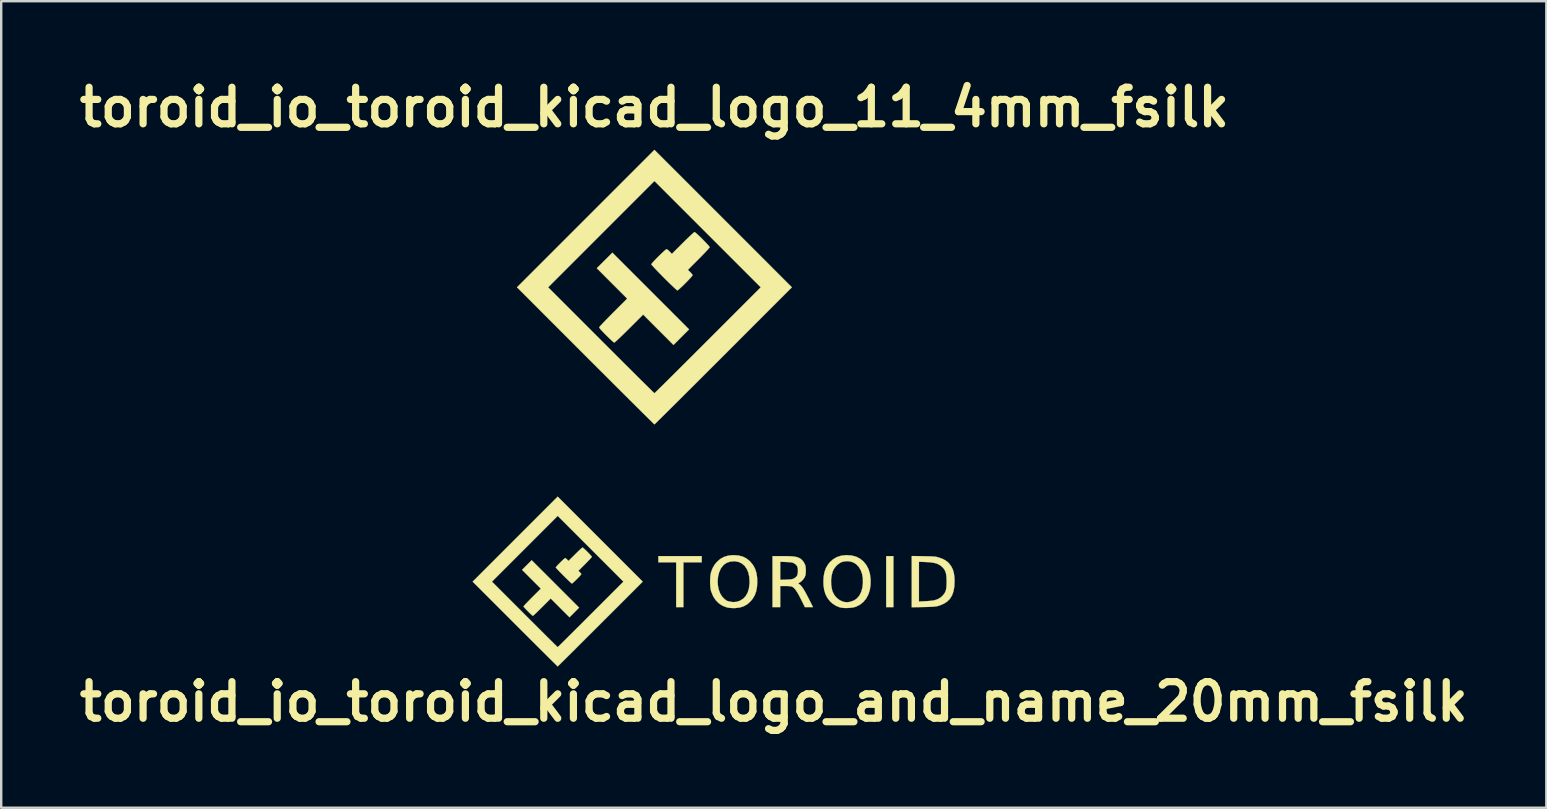
<source format=kicad_pcb>
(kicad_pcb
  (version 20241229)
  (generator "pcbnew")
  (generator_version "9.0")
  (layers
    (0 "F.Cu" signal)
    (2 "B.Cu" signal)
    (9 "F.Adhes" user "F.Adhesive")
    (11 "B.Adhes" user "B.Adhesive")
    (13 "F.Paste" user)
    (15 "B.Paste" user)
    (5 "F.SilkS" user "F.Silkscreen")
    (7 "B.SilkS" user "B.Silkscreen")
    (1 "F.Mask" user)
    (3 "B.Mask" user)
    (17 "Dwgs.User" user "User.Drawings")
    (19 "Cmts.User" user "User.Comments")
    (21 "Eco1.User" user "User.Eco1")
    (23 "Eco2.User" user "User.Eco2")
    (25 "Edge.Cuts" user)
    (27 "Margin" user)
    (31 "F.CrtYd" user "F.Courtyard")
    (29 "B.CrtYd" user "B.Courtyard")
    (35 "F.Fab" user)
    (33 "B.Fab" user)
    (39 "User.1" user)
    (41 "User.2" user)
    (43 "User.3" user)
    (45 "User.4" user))
  (footprint "toroid_io_toroid_kicad_logo_and_name_20mm_fsilk"
    (layer "F.Cu")
    (at 26.681 21.178)
    (property "Reference" "toroid_io_toroid_kicad_logo_and_name_20mm_fsilk" (at 2.5 5 0) (layer "F.SilkS") (effects (font (size 1.524 1.524) (thickness 0.3))))
    (attr through_hole)
    (fp_poly (pts (xy 7.484 1.063) (xy 7.183 1.063) (xy 7.183 -1.063) (xy 7.484 -1.063) (xy 7.484 1.063)) (stroke (width 0.01) (type solid)) (fill yes) (layer "F.SilkS"))
    (fp_poly (pts (xy -0.502 -0.803) (xy -1.264 -0.803) (xy -1.264 1.063) (xy -1.565 1.063) (xy -1.565 -0.803) (xy -2.307 -0.803) (xy -2.307 -1.063) (xy -0.502 -1.063) (xy -0.502 -0.803)) (stroke (width 0.01) (type solid)) (fill yes) (layer "F.SilkS"))
    (fp_poly (pts (xy -6.596 0.095) (xy -5.608 1.083) (xy -6.009 1.485) (xy -6.791 0.702) (xy -7.153 1.063) (xy -7.252 1.161) (xy -7.342 1.249) (xy -7.419 1.324) (xy -7.48 1.38) (xy -7.52 1.415) (xy -7.534 1.424) (xy -7.556 1.411) (xy -7.598 1.374) (xy -7.655 1.322) (xy -7.719 1.259) (xy -7.784 1.193) (xy -7.843 1.131) (xy -7.891 1.079) (xy -7.919 1.044) (xy -7.925 1.033) (xy -7.911 1.014) (xy -7.873 0.97) (xy -7.814 0.907) (xy -7.737 0.827) (xy -7.647 0.736) (xy -7.564 0.652) (xy -7.203 0.291) (xy -7.594 -0.1) (xy -7.985 -0.492) (xy -7.584 -0.892) (xy -6.596 0.095)) (stroke (width 0.01) (type solid)) (fill yes) (layer "F.SilkS"))
    (fp_poly (pts (xy -5.445 -1.411) (xy -5.403 -1.374) (xy -5.346 -1.322) (xy -5.282 -1.259) (xy -5.217 -1.194) (xy -5.158 -1.132) (xy -5.11 -1.079) (xy -5.082 -1.044) (xy -5.076 -1.033) (xy -5.09 -1.014) (xy -5.127 -0.97) (xy -5.185 -0.908) (xy -5.259 -0.832) (xy -5.343 -0.746) (xy -5.357 -0.732) (xy -5.639 -0.45) (xy -5.578 -0.392) (xy -5.54 -0.351) (xy -5.519 -0.318) (xy -5.517 -0.312) (xy -5.531 -0.29) (xy -5.567 -0.247) (xy -5.62 -0.19) (xy -5.683 -0.126) (xy -5.748 -0.061) (xy -5.811 -0.001) (xy -5.863 0.046) (xy -5.898 0.075) (xy -5.909 0.08) (xy -5.929 0.067) (xy -5.972 0.028) (xy -6.035 -0.03) (xy -6.113 -0.106) (xy -6.202 -0.194) (xy -6.255 -0.246) (xy -6.348 -0.34) (xy -6.431 -0.425) (xy -6.499 -0.497) (xy -6.549 -0.552) (xy -6.577 -0.585) (xy -6.581 -0.592) (xy -6.567 -0.614) (xy -6.53 -0.657) (xy -6.478 -0.713) (xy -6.415 -0.777) (xy -6.349 -0.842) (xy -6.287 -0.902) (xy -6.234 -0.949) (xy -6.199 -0.978) (xy -6.188 -0.983) (xy -6.162 -0.97) (xy -6.123 -0.936) (xy -6.109 -0.922) (xy -6.051 -0.862) (xy -5.769 -1.143) (xy -5.681 -1.229) (xy -5.603 -1.305) (xy -5.538 -1.365) (xy -5.492 -1.406) (xy -5.468 -1.424) (xy -5.467 -1.424) (xy -5.445 -1.411)) (stroke (width 0.01) (type solid)) (fill yes) (layer "F.SilkS"))
    (fp_poly (pts (xy -4.73 -1.771) (xy -2.959 -0.000028) (xy -4.725 1.766) (xy -4.946 1.987) (xy -5.16 2.2) (xy -5.364 2.404) (xy -5.557 2.596) (xy -5.736 2.775) (xy -5.901 2.94) (xy -6.05 3.087) (xy -6.18 3.217) (xy -6.291 3.326) (xy -6.38 3.414) (xy -6.446 3.479) (xy -6.486 3.518) (xy -6.5 3.531) (xy -6.516 3.517) (xy -6.557 3.477) (xy -6.624 3.411) (xy -6.714 3.322) (xy -6.826 3.212) (xy -6.957 3.081) (xy -7.106 2.933) (xy -7.272 2.768) (xy -7.452 2.588) (xy -7.645 2.396) (xy -7.85 2.191) (xy -8.064 1.978) (xy -8.276 1.766) (xy -10.042 -0.000028) (xy -10.042 -0.000037) (xy -9.239 -0.000037) (xy -7.875 1.364) (xy -7.681 1.558) (xy -7.494 1.744) (xy -7.318 1.92) (xy -7.154 2.084) (xy -7.004 2.233) (xy -6.869 2.367) (xy -6.752 2.482) (xy -6.656 2.578) (xy -6.58 2.652) (xy -6.529 2.702) (xy -6.503 2.726) (xy -6.5 2.729) (xy -6.485 2.715) (xy -6.443 2.674) (xy -6.377 2.61) (xy -6.289 2.522) (xy -6.179 2.414) (xy -6.052 2.287) (xy -5.907 2.144) (xy -5.748 1.985) (xy -5.576 1.814) (xy -5.394 1.632) (xy -5.203 1.441) (xy -5.126 1.364) (xy -3.762 -0.000037) (xy -6.5 -2.739) (xy -9.239 -0.000037) (xy -10.042 -0.000037) (xy -8.271 -1.771) (xy -6.5 -3.541) (xy -4.73 -1.771)) (stroke (width 0.01) (type solid)) (fill yes) (layer "F.SilkS"))
    (fp_poly (pts (xy 8.743 -1.059) (xy 8.899 -1.056) (xy 9.021 -1.053) (xy 9.116 -1.049) (xy 9.189 -1.044) (xy 9.247 -1.037) (xy 9.297 -1.027) (xy 9.344 -1.015) (xy 9.394 -0.999) (xy 9.542 -0.943) (xy 9.659 -0.88) (xy 9.755 -0.806) (xy 9.807 -0.752) (xy 9.895 -0.634) (xy 9.96 -0.504) (xy 10.002 -0.355) (xy 10.026 -0.181) (xy 10.031 -0.011) (xy 10.02 0.215) (xy 9.985 0.41) (xy 9.925 0.575) (xy 9.839 0.714) (xy 9.724 0.829) (xy 9.58 0.921) (xy 9.404 0.994) (xy 9.339 1.014) (xy 9.288 1.026) (xy 9.225 1.035) (xy 9.143 1.043) (xy 9.037 1.049) (xy 8.903 1.054) (xy 8.733 1.058) (xy 8.733 1.058) (xy 8.246 1.067) (xy 8.246 0.829) (xy 8.547 0.829) (xy 8.823 0.815) (xy 8.935 0.808) (xy 9.041 0.798) (xy 9.131 0.787) (xy 9.194 0.776) (xy 9.2 0.775) (xy 9.347 0.722) (xy 9.466 0.648) (xy 9.547 0.571) (xy 9.603 0.499) (xy 9.645 0.426) (xy 9.673 0.344) (xy 9.69 0.244) (xy 9.698 0.119) (xy 9.7 -0.01) (xy 9.695 -0.174) (xy 9.681 -0.306) (xy 9.653 -0.412) (xy 9.61 -0.501) (xy 9.549 -0.579) (xy 9.467 -0.653) (xy 9.445 -0.669) (xy 9.362 -0.721) (xy 9.261 -0.761) (xy 9.138 -0.789) (xy 8.986 -0.808) (xy 8.833 -0.817) (xy 8.547 -0.828) (xy 8.547 0.829) (xy 8.246 0.829) (xy 8.246 -1.067) (xy 8.743 -1.059)) (stroke (width 0.01) (type solid)) (fill yes) (layer "F.SilkS"))
    (fp_poly (pts (xy 3.055 -1.062) (xy 3.2 -1.057) (xy 3.317 -1.048) (xy 3.412 -1.034) (xy 3.489 -1.015) (xy 3.554 -0.988) (xy 3.607 -0.959) (xy 3.686 -0.893) (xy 3.755 -0.803) (xy 3.805 -0.703) (xy 3.814 -0.675) (xy 3.83 -0.583) (xy 3.836 -0.471) (xy 3.832 -0.358) (xy 3.818 -0.263) (xy 3.815 -0.25) (xy 3.778 -0.167) (xy 3.716 -0.081) (xy 3.642 -0.007) (xy 3.58 0.036) (xy 3.512 0.071) (xy 3.568 0.108) (xy 3.617 0.149) (xy 3.67 0.211) (xy 3.729 0.296) (xy 3.797 0.409) (xy 3.875 0.553) (xy 3.954 0.705) (xy 4.134 1.063) (xy 3.797 1.063) (xy 3.636 0.737) (xy 3.552 0.574) (xy 3.478 0.445) (xy 3.413 0.347) (xy 3.353 0.276) (xy 3.297 0.229) (xy 3.257 0.208) (xy 3.197 0.193) (xy 3.103 0.184) (xy 2.982 0.181) (xy 2.98 0.181) (xy 2.769 0.181) (xy 2.769 1.063) (xy 2.448 1.063) (xy 2.448 -0.076) (xy 2.769 -0.076) (xy 3.014 -0.083) (xy 3.127 -0.088) (xy 3.209 -0.094) (xy 3.268 -0.105) (xy 3.315 -0.12) (xy 3.339 -0.132) (xy 3.417 -0.182) (xy 3.467 -0.241) (xy 3.495 -0.318) (xy 3.507 -0.425) (xy 3.507 -0.427) (xy 3.503 -0.546) (xy 3.478 -0.636) (xy 3.428 -0.705) (xy 3.351 -0.761) (xy 3.308 -0.782) (xy 3.263 -0.797) (xy 3.205 -0.806) (xy 3.127 -0.813) (xy 3.018 -0.818) (xy 3.016 -0.818) (xy 2.769 -0.828) (xy 2.769 -0.076) (xy 2.448 -0.076) (xy 2.448 -1.063) (xy 2.875 -1.063) (xy 3.055 -1.062)) (stroke (width 0.01) (type solid)) (fill yes) (layer "F.SilkS"))
    (fp_poly (pts (xy 5.752 -1.087) (xy 5.935 -1.038) (xy 6.096 -0.955) (xy 6.238 -0.838) (xy 6.241 -0.835) (xy 6.359 -0.689) (xy 6.446 -0.522) (xy 6.504 -0.33) (xy 6.533 -0.111) (xy 6.534 -0.1) (xy 6.533 0.132) (xy 6.501 0.345) (xy 6.439 0.537) (xy 6.349 0.705) (xy 6.231 0.848) (xy 6.087 0.962) (xy 5.921 1.046) (xy 5.824 1.072) (xy 5.701 1.09) (xy 5.566 1.098) (xy 5.433 1.097) (xy 5.315 1.085) (xy 5.258 1.073) (xy 5.088 1.005) (xy 4.933 0.902) (xy 4.838 0.812) (xy 4.731 0.674) (xy 4.653 0.522) (xy 4.601 0.351) (xy 4.573 0.155) (xy 4.568 0) (xy 4.571 -0.061) (xy 4.887 -0.061) (xy 4.892 0.135) (xy 4.923 0.322) (xy 4.956 0.427) (xy 5.025 0.56) (xy 5.123 0.677) (xy 5.241 0.769) (xy 5.373 0.83) (xy 5.412 0.841) (xy 5.494 0.856) (xy 5.567 0.858) (xy 5.65 0.846) (xy 5.703 0.835) (xy 5.847 0.782) (xy 5.968 0.696) (xy 6.067 0.579) (xy 6.141 0.432) (xy 6.191 0.257) (xy 6.213 0.07) (xy 6.211 -0.131) (xy 6.18 -0.315) (xy 6.123 -0.478) (xy 6.04 -0.615) (xy 5.934 -0.725) (xy 5.825 -0.795) (xy 5.693 -0.839) (xy 5.548 -0.853) (xy 5.404 -0.837) (xy 5.301 -0.804) (xy 5.196 -0.739) (xy 5.095 -0.647) (xy 5.011 -0.537) (xy 4.956 -0.428) (xy 4.909 -0.253) (xy 4.887 -0.061) (xy 4.571 -0.061) (xy 4.579 -0.218) (xy 4.615 -0.408) (xy 4.676 -0.574) (xy 4.764 -0.721) (xy 4.835 -0.808) (xy 4.973 -0.933) (xy 5.129 -1.023) (xy 5.303 -1.079) (xy 5.499 -1.103) (xy 5.547 -1.103) (xy 5.752 -1.087)) (stroke (width 0.01) (type solid)) (fill yes) (layer "F.SilkS"))
    (fp_poly (pts (xy 1.032 -1.089) (xy 1.208 -1.043) (xy 1.363 -0.965) (xy 1.501 -0.854) (xy 1.534 -0.819) (xy 1.644 -0.681) (xy 1.724 -0.53) (xy 1.778 -0.361) (xy 1.807 -0.168) (xy 1.813 0) (xy 1.802 0.215) (xy 1.768 0.402) (xy 1.708 0.567) (xy 1.621 0.714) (xy 1.534 0.819) (xy 1.402 0.939) (xy 1.254 1.024) (xy 1.087 1.078) (xy 0.897 1.101) (xy 0.823 1.102) (xy 0.727 1.098) (xy 0.631 1.088) (xy 0.553 1.074) (xy 0.544 1.072) (xy 0.367 1.004) (xy 0.213 0.904) (xy 0.082 0.772) (xy -0.024 0.61) (xy -0.104 0.419) (xy -0.113 0.391) (xy -0.133 0.295) (xy -0.146 0.171) (xy -0.152 0.033) (xy -0.151 -0.017) (xy 0.162 -0.017) (xy 0.173 0.159) (xy 0.206 0.328) (xy 0.263 0.482) (xy 0.342 0.615) (xy 0.442 0.721) (xy 0.448 0.725) (xy 0.501 0.766) (xy 0.541 0.794) (xy 0.559 0.803) (xy 0.584 0.809) (xy 0.634 0.823) (xy 0.672 0.833) (xy 0.808 0.853) (xy 0.951 0.841) (xy 1.088 0.797) (xy 1.093 0.794) (xy 1.227 0.711) (xy 1.333 0.598) (xy 1.413 0.456) (xy 1.465 0.285) (xy 1.49 0.085) (xy 1.492 0) (xy 1.479 -0.203) (xy 1.439 -0.381) (xy 1.374 -0.534) (xy 1.285 -0.659) (xy 1.174 -0.754) (xy 1.043 -0.818) (xy 0.893 -0.847) (xy 0.833 -0.849) (xy 0.67 -0.831) (xy 0.53 -0.78) (xy 0.411 -0.695) (xy 0.314 -0.576) (xy 0.284 -0.524) (xy 0.217 -0.365) (xy 0.177 -0.194) (xy 0.162 -0.017) (xy -0.151 -0.017) (xy -0.15 -0.108) (xy -0.14 -0.24) (xy -0.123 -0.35) (xy -0.113 -0.39) (xy -0.05 -0.558) (xy 0.031 -0.699) (xy 0.133 -0.823) (xy 0.269 -0.943) (xy 0.421 -1.028) (xy 0.59 -1.081) (xy 0.783 -1.103) (xy 0.833 -1.103) (xy 1.032 -1.089)) (stroke (width 0.01) (type solid)) (fill yes) (layer "F.SilkS")))
  (footprint "toroid_io_toroid_kicad_logo_11_4mm_fsilk"
    (layer "F.Cu")
    (at 24.21 8.918)
    (property "Reference" "toroid_io_toroid_kicad_logo_11_4mm_fsilk" (at 0 -7.5 0) (layer "F.SilkS") (effects (font (size 1.524 1.524) (thickness 0.3))))
    (attr through_hole)
    (fp_poly (pts (xy 1.443 1.752) (xy 1.119 2.076) (xy 0.794 2.401) (xy -0.47 1.135) (xy -1.054 1.719) (xy -1.214 1.878) (xy -1.36 2.02) (xy -1.486 2.14) (xy -1.584 2.231) (xy -1.648 2.287) (xy -1.672 2.303) (xy -1.707 2.281) (xy -1.775 2.222) (xy -1.866 2.137) (xy -1.97 2.036) (xy -2.075 1.93) (xy -2.171 1.829) (xy -2.248 1.745) (xy -2.294 1.687) (xy -2.303 1.67) (xy -2.281 1.639) (xy -2.219 1.569) (xy -2.123 1.467) (xy -1.999 1.338) (xy -1.854 1.19) (xy -1.719 1.054) (xy -1.135 0.471) (xy -1.768 -0.162) (xy -2.401 -0.796) (xy -2.076 -1.119) (xy -1.751 -1.443) (xy 1.443 1.752)) (stroke (width 0.01) (type solid)) (fill yes) (layer "F.SilkS"))
    (fp_poly (pts (xy 1.706 -2.281) (xy 1.775 -2.222) (xy 1.866 -2.137) (xy 1.97 -2.036) (xy 2.075 -1.93) (xy 2.171 -1.83) (xy 2.248 -1.745) (xy 2.294 -1.688) (xy 2.303 -1.67) (xy 2.281 -1.639) (xy 2.22 -1.569) (xy 2.127 -1.469) (xy 2.008 -1.345) (xy 1.871 -1.206) (xy 1.848 -1.183) (xy 1.393 -0.727) (xy 1.491 -0.633) (xy 1.553 -0.567) (xy 1.587 -0.515) (xy 1.59 -0.504) (xy 1.567 -0.469) (xy 1.509 -0.4) (xy 1.423 -0.308) (xy 1.322 -0.204) (xy 1.216 -0.098) (xy 1.115 -0.002) (xy 1.031 0.075) (xy 0.974 0.121) (xy 0.956 0.13) (xy 0.925 0.108) (xy 0.855 0.046) (xy 0.753 -0.049) (xy 0.627 -0.171) (xy 0.482 -0.313) (xy 0.397 -0.398) (xy 0.247 -0.55) (xy 0.113 -0.687) (xy 0.003 -0.804) (xy -0.078 -0.892) (xy -0.123 -0.946) (xy -0.13 -0.958) (xy -0.108 -0.993) (xy -0.049 -1.062) (xy 0.037 -1.153) (xy 0.138 -1.257) (xy 0.245 -1.362) (xy 0.346 -1.458) (xy 0.43 -1.534) (xy 0.488 -1.581) (xy 0.505 -1.59) (xy 0.547 -1.568) (xy 0.611 -1.514) (xy 0.633 -1.491) (xy 0.727 -1.393) (xy 1.183 -1.848) (xy 1.324 -1.988) (xy 1.451 -2.11) (xy 1.556 -2.207) (xy 1.631 -2.274) (xy 1.669 -2.303) (xy 1.672 -2.303) (xy 1.706 -2.281)) (stroke (width 0.01) (type solid)) (fill yes) (layer "F.SilkS"))
    (fp_poly (pts (xy 2.863 -2.863) (xy 5.725 -0.000047) (xy 2.871 2.855) (xy 2.513 3.213) (xy 2.167 3.558) (xy 1.838 3.887) (xy 1.526 4.198) (xy 1.235 4.487) (xy 0.969 4.753) (xy 0.728 4.992) (xy 0.517 5.201) (xy 0.339 5.378) (xy 0.195 5.52) (xy 0.088 5.625) (xy 0.023 5.689) (xy 0 5.709) (xy -0.025 5.687) (xy -0.092 5.621) (xy -0.2 5.515) (xy -0.346 5.371) (xy -0.526 5.193) (xy -0.738 4.982) (xy -0.979 4.742) (xy -1.247 4.475) (xy -1.539 4.185) (xy -1.851 3.873) (xy -2.182 3.543) (xy -2.528 3.198) (xy -2.871 2.855) (xy -5.725 -0.000047) (xy -5.725 -0.00006) (xy -4.428 -0.00006) (xy -2.222 2.206) (xy -1.908 2.52) (xy -1.607 2.82) (xy -1.322 3.105) (xy -1.056 3.369) (xy -0.813 3.611) (xy -0.596 3.827) (xy -0.407 4.014) (xy -0.251 4.168) (xy -0.129 4.288) (xy -0.046 4.369) (xy -0.004 4.408) (xy 0 4.412) (xy 0.025 4.389) (xy 0.092 4.324) (xy 0.199 4.219) (xy 0.343 4.078) (xy 0.519 3.903) (xy 0.726 3.698) (xy 0.959 3.466) (xy 1.216 3.21) (xy 1.494 2.933) (xy 1.789 2.639) (xy 2.099 2.329) (xy 2.222 2.206) (xy 4.428 -0.00006) (xy 0 -4.428) (xy -2.214 -2.214) (xy -4.428 -0.00006) (xy -5.725 -0.00006) (xy -2.863 -2.863) (xy 0 -5.725) (xy 2.863 -2.863)) (stroke (width 0.01) (type solid)) (fill yes) (layer "F.SilkS")))
  (gr_rect
    (start -3 -3)
    (end 61.362 30.597)
    (stroke (width 0.1) (type default))
    (fill no)
    (layer "Edge.Cuts")))
</source>
